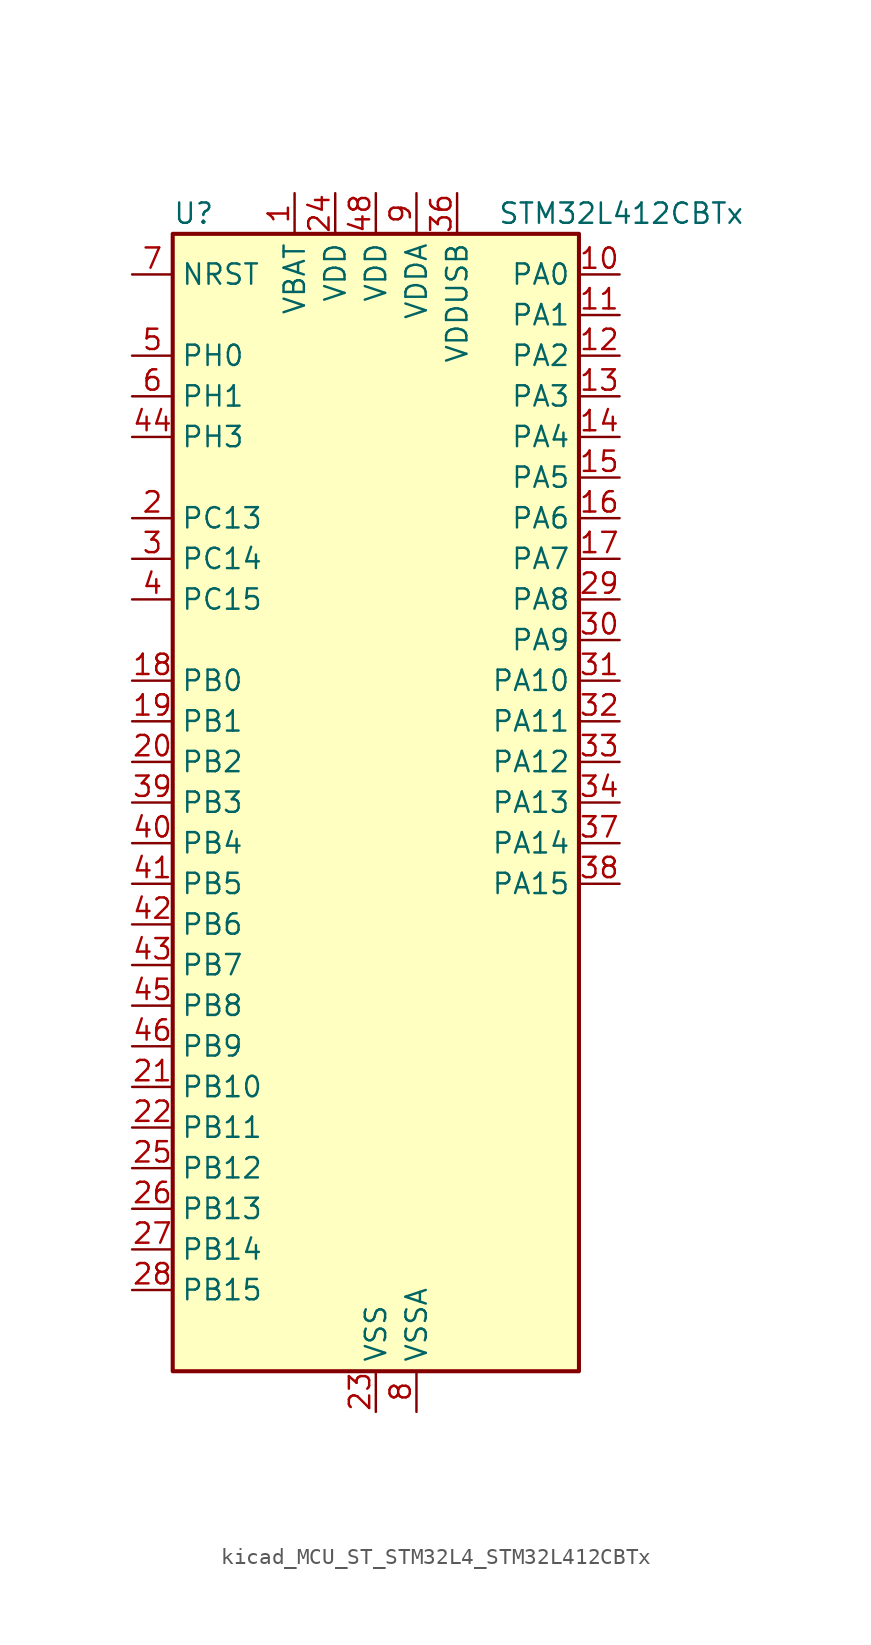
<source format=kicad_sym>
(kicad_symbol_lib
  (version 20220914)
  (generator kicad_symbol_editor)
  (symbol "kicad_MCU_ST_STM32L4_STM32L412CBTx"
    (property "Reference" "U"
      (at -12.7 36.83 0)
      (effects (font (size 1.27 1.27)) (justify left)))
    (property "Value" "STM32L412CBTx"
      (at 7.62 36.83 0)
      (effects (font (size 1.27 1.27)) (justify left)))
    (property "ki_locked" ""
      (at 0 0 0)
      (effects (font (size 1.27 1.27))))
    (symbol "kicad_MCU_ST_STM32L4_STM32L412CBTx_0_1"
      (rectangle (start -12.7 -35.56) (end 12.7 35.56) (stroke (width 0.254) (type default)) (fill (type background))))
    (symbol "kicad_MCU_ST_STM32L4_STM32L412CBTx_1_1"
      (pin power_in line (at -5.08 38.1 270) (length 2.54) (name "VBAT" (effects (font (size 1.27 1.27)))) (number "1" (effects (font (size 1.27 1.27)))))
      (pin bidirectional line (at 15.24 33.02 180) (length 2.54) (name "PA0" (effects (font (size 1.27 1.27)))) (number "10" (effects (font (size 1.27 1.27)))) (alternate "ADC1_IN5" bidirectional line) (alternate "COMP1_INM" bidirectional line) (alternate "COMP1_OUT" bidirectional line) (alternate "OPAMP1_VINP" bidirectional line) (alternate "RTC_TAMP2" bidirectional line) (alternate "SYS_WKUP1" bidirectional line) (alternate "TIM2_CH1" bidirectional line) (alternate "TIM2_ETR" bidirectional line) (alternate "USART2_CTS" bidirectional line))
      (pin bidirectional line (at 15.24 30.48 180) (length 2.54) (name "PA1" (effects (font (size 1.27 1.27)))) (number "11" (effects (font (size 1.27 1.27)))) (alternate "ADC1_IN6" bidirectional line) (alternate "COMP1_INP" bidirectional line) (alternate "I2C1_SMBA" bidirectional line) (alternate "OPAMP1_VINM" bidirectional line) (alternate "SPI1_SCK" bidirectional line) (alternate "TIM15_CH1N" bidirectional line) (alternate "TIM2_CH2" bidirectional line) (alternate "USART2_DE" bidirectional line) (alternate "USART2_RTS" bidirectional line))
      (pin bidirectional line (at 15.24 27.94 180) (length 2.54) (name "PA2" (effects (font (size 1.27 1.27)))) (number "12" (effects (font (size 1.27 1.27)))) (alternate "ADC1_IN7" bidirectional line) (alternate "ADC2_IN7" bidirectional line) (alternate "LPUART1_TX" bidirectional line) (alternate "QUADSPI_BK1_NCS" bidirectional line) (alternate "RCC_LSCO" bidirectional line) (alternate "SYS_WKUP4" bidirectional line) (alternate "TIM15_CH1" bidirectional line) (alternate "TIM2_CH3" bidirectional line) (alternate "USART2_TX" bidirectional line))
      (pin bidirectional line (at 15.24 25.4 180) (length 2.54) (name "PA3" (effects (font (size 1.27 1.27)))) (number "13" (effects (font (size 1.27 1.27)))) (alternate "ADC1_IN8" bidirectional line) (alternate "ADC2_IN8" bidirectional line) (alternate "LPUART1_RX" bidirectional line) (alternate "OPAMP1_VOUT" bidirectional line) (alternate "QUADSPI_CLK" bidirectional line) (alternate "TIM15_CH2" bidirectional line) (alternate "TIM2_CH4" bidirectional line) (alternate "USART2_RX" bidirectional line))
      (pin bidirectional line (at 15.24 22.86 180) (length 2.54) (name "PA4" (effects (font (size 1.27 1.27)))) (number "14" (effects (font (size 1.27 1.27)))) (alternate "ADC1_IN9" bidirectional line) (alternate "ADC2_IN9" bidirectional line) (alternate "COMP1_INM" bidirectional line) (alternate "LPTIM2_OUT" bidirectional line) (alternate "SPI1_NSS" bidirectional line) (alternate "USART2_CK" bidirectional line))
      (pin bidirectional line (at 15.24 20.32 180) (length 2.54) (name "PA5" (effects (font (size 1.27 1.27)))) (number "15" (effects (font (size 1.27 1.27)))) (alternate "ADC1_IN10" bidirectional line) (alternate "ADC2_IN10" bidirectional line) (alternate "COMP1_INM" bidirectional line) (alternate "LPTIM2_ETR" bidirectional line) (alternate "SPI1_SCK" bidirectional line) (alternate "TIM2_CH1" bidirectional line) (alternate "TIM2_ETR" bidirectional line))
      (pin bidirectional line (at 15.24 17.78 180) (length 2.54) (name "PA6" (effects (font (size 1.27 1.27)))) (number "16" (effects (font (size 1.27 1.27)))) (alternate "ADC1_IN11" bidirectional line) (alternate "ADC2_IN11" bidirectional line) (alternate "COMP1_OUT" bidirectional line) (alternate "LPUART1_CTS" bidirectional line) (alternate "QUADSPI_BK1_IO3" bidirectional line) (alternate "SPI1_MISO" bidirectional line) (alternate "TIM16_CH1" bidirectional line) (alternate "TIM1_BKIN" bidirectional line) (alternate "USART3_CTS" bidirectional line))
      (pin bidirectional line (at 15.24 15.24 180) (length 2.54) (name "PA7" (effects (font (size 1.27 1.27)))) (number "17" (effects (font (size 1.27 1.27)))) (alternate "ADC1_IN12" bidirectional line) (alternate "ADC2_IN12" bidirectional line) (alternate "I2C3_SCL" bidirectional line) (alternate "QUADSPI_BK1_IO2" bidirectional line) (alternate "SPI1_MOSI" bidirectional line) (alternate "TIM1_CH1N" bidirectional line))
      (pin bidirectional line (at -15.24 7.62 0) (length 2.54) (name "PB0" (effects (font (size 1.27 1.27)))) (number "18" (effects (font (size 1.27 1.27)))) (alternate "ADC1_IN15" bidirectional line) (alternate "ADC2_IN15" bidirectional line) (alternate "COMP1_OUT" bidirectional line) (alternate "QUADSPI_BK1_IO1" bidirectional line) (alternate "SPI1_NSS" bidirectional line) (alternate "SYS_TRACED0" bidirectional line) (alternate "TIM1_CH2N" bidirectional line) (alternate "USART3_CK" bidirectional line))
      (pin bidirectional line (at -15.24 5.08 0) (length 2.54) (name "PB1" (effects (font (size 1.27 1.27)))) (number "19" (effects (font (size 1.27 1.27)))) (alternate "ADC1_IN16" bidirectional line) (alternate "ADC2_IN16" bidirectional line) (alternate "COMP1_INM" bidirectional line) (alternate "LPTIM2_IN1" bidirectional line) (alternate "LPUART1_DE" bidirectional line) (alternate "LPUART1_RTS" bidirectional line) (alternate "QUADSPI_BK1_IO0" bidirectional line) (alternate "SYS_TRACED1" bidirectional line) (alternate "TIM1_CH3N" bidirectional line) (alternate "USART3_DE" bidirectional line) (alternate "USART3_RTS" bidirectional line))
      (pin bidirectional line (at -15.24 17.78 0) (length 2.54) (name "PC13" (effects (font (size 1.27 1.27)))) (number "2" (effects (font (size 1.27 1.27)))) (alternate "RTC_OUT_ALARM" bidirectional line) (alternate "RTC_OUT_CALIB" bidirectional line) (alternate "RTC_TAMP1" bidirectional line) (alternate "RTC_TS" bidirectional line) (alternate "SYS_WKUP2" bidirectional line))
      (pin bidirectional line (at -15.24 2.54 0) (length 2.54) (name "PB2" (effects (font (size 1.27 1.27)))) (number "20" (effects (font (size 1.27 1.27)))) (alternate "COMP1_INP" bidirectional line) (alternate "I2C3_SMBA" bidirectional line) (alternate "LPTIM1_OUT" bidirectional line) (alternate "RTC_OUT_ALARM" bidirectional line) (alternate "RTC_OUT_CALIB" bidirectional line))
      (pin bidirectional line (at -15.24 -17.78 0) (length 2.54) (name "PB10" (effects (font (size 1.27 1.27)))) (number "21" (effects (font (size 1.27 1.27)))) (alternate "COMP1_OUT" bidirectional line) (alternate "I2C2_SCL" bidirectional line) (alternate "LPUART1_RX" bidirectional line) (alternate "QUADSPI_CLK" bidirectional line) (alternate "SPI2_SCK" bidirectional line) (alternate "TIM2_CH3" bidirectional line) (alternate "TSC_SYNC" bidirectional line) (alternate "USART3_TX" bidirectional line))
      (pin bidirectional line (at -15.24 -20.32 0) (length 2.54) (name "PB11" (effects (font (size 1.27 1.27)))) (number "22" (effects (font (size 1.27 1.27)))) (alternate "ADC1_EXTI11" bidirectional line) (alternate "ADC2_EXTI11" bidirectional line) (alternate "I2C2_SDA" bidirectional line) (alternate "LPUART1_TX" bidirectional line) (alternate "QUADSPI_BK1_NCS" bidirectional line) (alternate "TIM2_CH4" bidirectional line) (alternate "USART3_RX" bidirectional line))
      (pin power_in line (at 0 -38.1 90) (length 2.54) (name "VSS" (effects (font (size 1.27 1.27)))) (number "23" (effects (font (size 1.27 1.27)))))
      (pin power_in line (at -2.54 38.1 270) (length 2.54) (name "VDD" (effects (font (size 1.27 1.27)))) (number "24" (effects (font (size 1.27 1.27)))))
      (pin bidirectional line (at -15.24 -22.86 0) (length 2.54) (name "PB12" (effects (font (size 1.27 1.27)))) (number "25" (effects (font (size 1.27 1.27)))) (alternate "I2C2_SMBA" bidirectional line) (alternate "LPUART1_DE" bidirectional line) (alternate "LPUART1_RTS" bidirectional line) (alternate "SPI2_NSS" bidirectional line) (alternate "TIM15_BKIN" bidirectional line) (alternate "TIM1_BKIN" bidirectional line) (alternate "TSC_G1_IO1" bidirectional line) (alternate "USART3_CK" bidirectional line))
      (pin bidirectional line (at -15.24 -25.4 0) (length 2.54) (name "PB13" (effects (font (size 1.27 1.27)))) (number "26" (effects (font (size 1.27 1.27)))) (alternate "I2C2_SCL" bidirectional line) (alternate "LPUART1_CTS" bidirectional line) (alternate "SPI2_SCK" bidirectional line) (alternate "TIM15_CH1N" bidirectional line) (alternate "TIM1_CH1N" bidirectional line) (alternate "TSC_G1_IO2" bidirectional line) (alternate "USART3_CTS" bidirectional line))
      (pin bidirectional line (at -15.24 -27.94 0) (length 2.54) (name "PB14" (effects (font (size 1.27 1.27)))) (number "27" (effects (font (size 1.27 1.27)))) (alternate "I2C2_SDA" bidirectional line) (alternate "SPI2_MISO" bidirectional line) (alternate "TIM15_CH1" bidirectional line) (alternate "TIM1_CH2N" bidirectional line) (alternate "TSC_G1_IO3" bidirectional line) (alternate "USART3_DE" bidirectional line) (alternate "USART3_RTS" bidirectional line))
      (pin bidirectional line (at -15.24 -30.48 0) (length 2.54) (name "PB15" (effects (font (size 1.27 1.27)))) (number "28" (effects (font (size 1.27 1.27)))) (alternate "ADC1_EXTI15" bidirectional line) (alternate "ADC2_EXTI15" bidirectional line) (alternate "RTC_REFIN" bidirectional line) (alternate "SPI2_MOSI" bidirectional line) (alternate "TIM15_CH2" bidirectional line) (alternate "TIM1_CH3N" bidirectional line) (alternate "TSC_G1_IO4" bidirectional line))
      (pin bidirectional line (at 15.24 12.7 180) (length 2.54) (name "PA8" (effects (font (size 1.27 1.27)))) (number "29" (effects (font (size 1.27 1.27)))) (alternate "LPTIM2_OUT" bidirectional line) (alternate "RCC_MCO" bidirectional line) (alternate "TIM1_CH1" bidirectional line) (alternate "USART1_CK" bidirectional line))
      (pin bidirectional line (at -15.24 15.24 0) (length 2.54) (name "PC14" (effects (font (size 1.27 1.27)))) (number "3" (effects (font (size 1.27 1.27)))) (alternate "RCC_OSC32_IN" bidirectional line))
      (pin bidirectional line (at 15.24 10.16 180) (length 2.54) (name "PA9" (effects (font (size 1.27 1.27)))) (number "30" (effects (font (size 1.27 1.27)))) (alternate "I2C1_SCL" bidirectional line) (alternate "TIM15_BKIN" bidirectional line) (alternate "TIM1_CH2" bidirectional line) (alternate "USART1_TX" bidirectional line))
      (pin bidirectional line (at 15.24 7.62 180) (length 2.54) (name "PA10" (effects (font (size 1.27 1.27)))) (number "31" (effects (font (size 1.27 1.27)))) (alternate "CRS_SYNC" bidirectional line) (alternate "I2C1_SDA" bidirectional line) (alternate "TIM1_CH3" bidirectional line) (alternate "USART1_RX" bidirectional line))
      (pin bidirectional line (at 15.24 5.08 180) (length 2.54) (name "PA11" (effects (font (size 1.27 1.27)))) (number "32" (effects (font (size 1.27 1.27)))) (alternate "ADC1_EXTI11" bidirectional line) (alternate "ADC2_EXTI11" bidirectional line) (alternate "COMP1_OUT" bidirectional line) (alternate "SPI1_MISO" bidirectional line) (alternate "TIM1_BKIN2" bidirectional line) (alternate "TIM1_BKIN2_COMP1" bidirectional line) (alternate "TIM1_CH4" bidirectional line) (alternate "USART1_CTS" bidirectional line) (alternate "USB_DM" bidirectional line))
      (pin bidirectional line (at 15.24 2.54 180) (length 2.54) (name "PA12" (effects (font (size 1.27 1.27)))) (number "33" (effects (font (size 1.27 1.27)))) (alternate "SPI1_MOSI" bidirectional line) (alternate "TIM1_ETR" bidirectional line) (alternate "USART1_DE" bidirectional line) (alternate "USART1_RTS" bidirectional line) (alternate "USB_DP" bidirectional line))
      (pin bidirectional line (at 15.24 0 180) (length 2.54) (name "PA13" (effects (font (size 1.27 1.27)))) (number "34" (effects (font (size 1.27 1.27)))) (alternate "IR_OUT" bidirectional line) (alternate "SYS_JTMS-SWDIO" bidirectional line) (alternate "USB_NOE" bidirectional line))
      (pin passive line (at 0 -38.1 90) (length 2.54) hide (name "VSS" (effects (font (size 1.27 1.27)))) (number "35" (effects (font (size 1.27 1.27)))))
      (pin power_in line (at 5.08 38.1 270) (length 2.54) (name "VDDUSB" (effects (font (size 1.27 1.27)))) (number "36" (effects (font (size 1.27 1.27)))))
      (pin bidirectional line (at 15.24 -2.54 180) (length 2.54) (name "PA14" (effects (font (size 1.27 1.27)))) (number "37" (effects (font (size 1.27 1.27)))) (alternate "I2C1_SMBA" bidirectional line) (alternate "LPTIM1_OUT" bidirectional line) (alternate "SYS_JTCK-SWCLK" bidirectional line))
      (pin bidirectional line (at 15.24 -5.08 180) (length 2.54) (name "PA15" (effects (font (size 1.27 1.27)))) (number "38" (effects (font (size 1.27 1.27)))) (alternate "ADC1_EXTI15" bidirectional line) (alternate "ADC2_EXTI15" bidirectional line) (alternate "SPI1_NSS" bidirectional line) (alternate "SYS_JTDI" bidirectional line) (alternate "TIM2_CH1" bidirectional line) (alternate "TIM2_ETR" bidirectional line) (alternate "USART2_RX" bidirectional line) (alternate "USART3_DE" bidirectional line) (alternate "USART3_RTS" bidirectional line))
      (pin bidirectional line (at -15.24 0 0) (length 2.54) (name "PB3" (effects (font (size 1.27 1.27)))) (number "39" (effects (font (size 1.27 1.27)))) (alternate "SPI1_SCK" bidirectional line) (alternate "SYS_JTDO-SWO" bidirectional line) (alternate "TIM2_CH2" bidirectional line) (alternate "USART1_DE" bidirectional line) (alternate "USART1_RTS" bidirectional line))
      (pin bidirectional line (at -15.24 12.7 0) (length 2.54) (name "PC15" (effects (font (size 1.27 1.27)))) (number "4" (effects (font (size 1.27 1.27)))) (alternate "ADC1_EXTI15" bidirectional line) (alternate "ADC2_EXTI15" bidirectional line) (alternate "RCC_OSC32_OUT" bidirectional line))
      (pin bidirectional line (at -15.24 -2.54 0) (length 2.54) (name "PB4" (effects (font (size 1.27 1.27)))) (number "40" (effects (font (size 1.27 1.27)))) (alternate "I2C3_SDA" bidirectional line) (alternate "SPI1_MISO" bidirectional line) (alternate "SYS_JTRST" bidirectional line) (alternate "TSC_G2_IO1" bidirectional line) (alternate "USART1_CTS" bidirectional line))
      (pin bidirectional line (at -15.24 -5.08 0) (length 2.54) (name "PB5" (effects (font (size 1.27 1.27)))) (number "41" (effects (font (size 1.27 1.27)))) (alternate "I2C1_SMBA" bidirectional line) (alternate "LPTIM1_IN1" bidirectional line) (alternate "SPI1_MOSI" bidirectional line) (alternate "SYS_TRACED2" bidirectional line) (alternate "TIM16_BKIN" bidirectional line) (alternate "TSC_G2_IO2" bidirectional line) (alternate "USART1_CK" bidirectional line))
      (pin bidirectional line (at -15.24 -7.62 0) (length 2.54) (name "PB6" (effects (font (size 1.27 1.27)))) (number "42" (effects (font (size 1.27 1.27)))) (alternate "I2C1_SCL" bidirectional line) (alternate "LPTIM1_ETR" bidirectional line) (alternate "SYS_TRACED3" bidirectional line) (alternate "TIM16_CH1N" bidirectional line) (alternate "TSC_G2_IO3" bidirectional line) (alternate "USART1_TX" bidirectional line))
      (pin bidirectional line (at -15.24 -10.16 0) (length 2.54) (name "PB7" (effects (font (size 1.27 1.27)))) (number "43" (effects (font (size 1.27 1.27)))) (alternate "I2C1_SDA" bidirectional line) (alternate "LPTIM1_IN2" bidirectional line) (alternate "SYS_PVD_IN" bidirectional line) (alternate "SYS_TRACECLK" bidirectional line) (alternate "TSC_G2_IO4" bidirectional line) (alternate "USART1_RX" bidirectional line))
      (pin bidirectional line (at -15.24 22.86 0) (length 2.54) (name "PH3" (effects (font (size 1.27 1.27)))) (number "44" (effects (font (size 1.27 1.27)))))
      (pin bidirectional line (at -15.24 -12.7 0) (length 2.54) (name "PB8" (effects (font (size 1.27 1.27)))) (number "45" (effects (font (size 1.27 1.27)))) (alternate "I2C1_SCL" bidirectional line) (alternate "TIM16_CH1" bidirectional line))
      (pin bidirectional line (at -15.24 -15.24 0) (length 2.54) (name "PB9" (effects (font (size 1.27 1.27)))) (number "46" (effects (font (size 1.27 1.27)))) (alternate "I2C1_SDA" bidirectional line) (alternate "IR_OUT" bidirectional line) (alternate "SPI2_NSS" bidirectional line))
      (pin passive line (at 0 -38.1 90) (length 2.54) hide (name "VSS" (effects (font (size 1.27 1.27)))) (number "47" (effects (font (size 1.27 1.27)))))
      (pin power_in line (at 0 38.1 270) (length 2.54) (name "VDD" (effects (font (size 1.27 1.27)))) (number "48" (effects (font (size 1.27 1.27)))))
      (pin bidirectional line (at -15.24 27.94 0) (length 2.54) (name "PH0" (effects (font (size 1.27 1.27)))) (number "5" (effects (font (size 1.27 1.27)))) (alternate "RCC_OSC_IN" bidirectional line))
      (pin bidirectional line (at -15.24 25.4 0) (length 2.54) (name "PH1" (effects (font (size 1.27 1.27)))) (number "6" (effects (font (size 1.27 1.27)))) (alternate "RCC_OSC_OUT" bidirectional line))
      (pin input line (at -15.24 33.02 0) (length 2.54) (name "NRST" (effects (font (size 1.27 1.27)))) (number "7" (effects (font (size 1.27 1.27)))))
      (pin power_in line (at 2.54 -38.1 90) (length 2.54) (name "VSSA" (effects (font (size 1.27 1.27)))) (number "8" (effects (font (size 1.27 1.27)))))
      (pin power_in line (at 2.54 38.1 270) (length 2.54) (name "VDDA" (effects (font (size 1.27 1.27)))) (number "9" (effects (font (size 1.27 1.27))))))))
</source>
